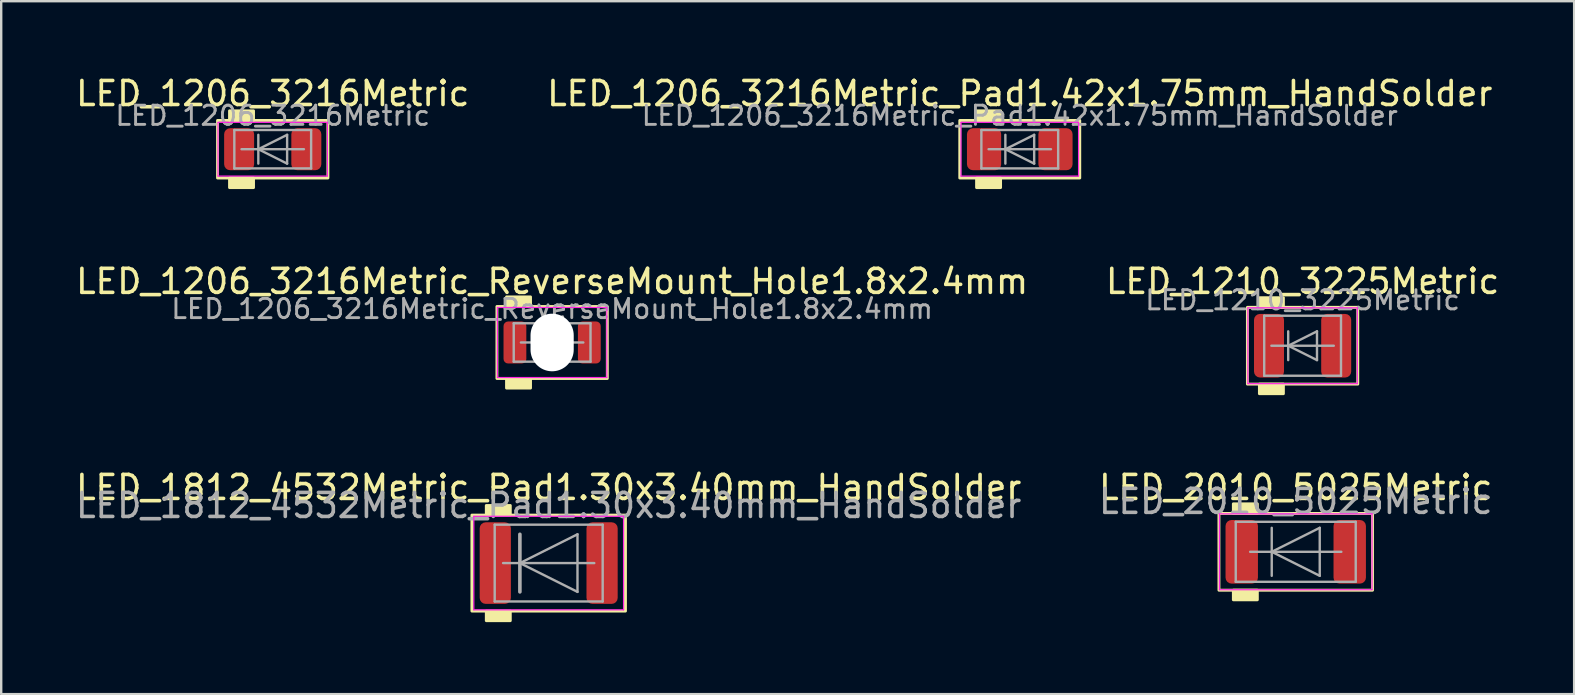
<source format=kicad_pcb>
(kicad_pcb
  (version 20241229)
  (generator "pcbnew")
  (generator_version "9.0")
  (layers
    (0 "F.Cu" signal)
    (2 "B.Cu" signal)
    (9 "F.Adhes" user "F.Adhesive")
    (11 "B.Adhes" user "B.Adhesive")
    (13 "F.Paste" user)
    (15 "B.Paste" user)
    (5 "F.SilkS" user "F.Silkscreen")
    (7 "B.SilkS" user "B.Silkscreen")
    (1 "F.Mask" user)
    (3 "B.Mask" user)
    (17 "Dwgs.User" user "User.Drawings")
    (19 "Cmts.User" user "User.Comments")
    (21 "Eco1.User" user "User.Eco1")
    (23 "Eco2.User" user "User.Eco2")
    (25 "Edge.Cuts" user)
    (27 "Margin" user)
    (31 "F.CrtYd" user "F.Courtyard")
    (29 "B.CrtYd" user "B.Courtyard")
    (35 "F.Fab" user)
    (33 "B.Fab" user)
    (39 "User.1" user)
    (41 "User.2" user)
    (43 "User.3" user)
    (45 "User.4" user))
  (footprint "LED_1206_3216Metric"
    (layer "F.Cu")
    (at 8.315 3.168)
    (property "Reference" "LED_1206_3216Metric" (at 0 -2.32 0) (layer "F.SilkS") (effects (font (size 1 1) (thickness 0.15))))
    (attr smd)
    (fp_rect (start -2.3 -1.2) (end 2.3 1.2) (stroke (width 0.12) (type solid)) (fill no) (layer "F.SilkS"))
    (fp_rect (start -1.8 -1.6) (end -0.8 -1.2) (stroke (width 0.12) (type solid)) (fill yes) (layer "F.SilkS"))
    (fp_rect (start -1.8 1.2) (end -0.8 1.6) (stroke (width 0.12) (type solid)) (fill yes) (layer "F.SilkS"))
    (fp_line (start -2.28 -1.12) (end 2.28 -1.12) (stroke (width 0.05) (type solid)) (layer "F.CrtYd"))
    (fp_line (start -2.28 1.12) (end -2.28 -1.12) (stroke (width 0.05) (type solid)) (layer "F.CrtYd"))
    (fp_line (start 2.28 -1.12) (end 2.28 1.12) (stroke (width 0.05) (type solid)) (layer "F.CrtYd"))
    (fp_line (start 2.28 1.12) (end -2.28 1.12) (stroke (width 0.05) (type solid)) (layer "F.CrtYd"))
    (fp_line (start -1.6 -0.8) (end -1.6 0.8) (stroke (width 0.1) (type solid)) (layer "F.Fab"))
    (fp_line (start -1.6 0.8) (end 1.6 0.8) (stroke (width 0.1) (type solid)) (layer "F.Fab"))
    (fp_line (start -1.3 0) (end 1.3 0) (stroke (width 0.1) (type default)) (layer "F.Fab"))
    (fp_line (start -0.6 -0.6) (end -0.6 0.6) (stroke (width 0.1) (type default)) (layer "F.Fab"))
    (fp_line (start -0.6 0) (end 0.6 -0.6) (stroke (width 0.1) (type default)) (layer "F.Fab"))
    (fp_line (start 0.6 -0.6) (end 0.6 0.6) (stroke (width 0.1) (type default)) (layer "F.Fab"))
    (fp_line (start 0.6 0.6) (end -0.6 0) (stroke (width 0.1) (type default)) (layer "F.Fab"))
    (fp_line (start 1.6 -0.8) (end -1.6 -0.8) (stroke (width 0.1) (type solid)) (layer "F.Fab"))
    (fp_line (start 1.6 0.8) (end 1.6 -0.8) (stroke (width 0.1) (type solid)) (layer "F.Fab"))
    (fp_text user "${REFERENCE}" (at 0 -1.4 0) (layer "F.Fab") (effects (font (size 0.8 0.8) (thickness 0.12))))
    (pad "1" smd roundrect (at -1.4 0) (size 1.25 1.75) (layers "F.Cu" "F.Mask" "F.Paste") (roundrect_rratio 0.2))
    (pad "2" smd roundrect (at 1.4 0) (size 1.25 1.75) (layers "F.Cu" "F.Mask" "F.Paste") (roundrect_rratio 0.2)))
  (footprint "LED_1206_3216Metric_Pad1.42x1.75mm_HandSolder"
    (layer "F.Cu")
    (at 39.446 3.168)
    (property "Reference" "LED_1206_3216Metric_Pad1.42x1.75mm_HandSolder" (at 0 -2.32 0) (layer "F.SilkS") (effects (font (size 1 1) (thickness 0.15))))
    (attr smd)
    (fp_rect (start -2.5 -1.2) (end 2.5 1.2) (stroke (width 0.12) (type solid)) (fill no) (layer "F.SilkS"))
    (fp_rect (start -1.8 -1.6) (end -0.8 -1.2) (stroke (width 0.12) (type solid)) (fill yes) (layer "F.SilkS"))
    (fp_rect (start -1.8 1.2) (end -0.8 1.6) (stroke (width 0.12) (type solid)) (fill yes) (layer "F.SilkS"))
    (fp_line (start -2.45 -1.12) (end 2.45 -1.12) (stroke (width 0.05) (type solid)) (layer "F.CrtYd"))
    (fp_line (start -2.45 1.12) (end -2.45 -1.12) (stroke (width 0.05) (type solid)) (layer "F.CrtYd"))
    (fp_line (start 2.45 -1.12) (end 2.45 1.12) (stroke (width 0.05) (type solid)) (layer "F.CrtYd"))
    (fp_line (start 2.45 1.12) (end -2.45 1.12) (stroke (width 0.05) (type solid)) (layer "F.CrtYd"))
    (fp_line (start -1.6 -0.8) (end -1.6 0.8) (stroke (width 0.1) (type solid)) (layer "F.Fab"))
    (fp_line (start -1.6 0.8) (end 1.6 0.8) (stroke (width 0.1) (type solid)) (layer "F.Fab"))
    (fp_line (start -1.3 0) (end 1.3 0) (stroke (width 0.1) (type default)) (layer "F.Fab"))
    (fp_line (start -0.6 -0.6) (end -0.6 0.6) (stroke (width 0.1) (type default)) (layer "F.Fab"))
    (fp_line (start -0.6 0) (end 0.6 -0.6) (stroke (width 0.1) (type default)) (layer "F.Fab"))
    (fp_line (start 0.6 -0.6) (end 0.6 0.6) (stroke (width 0.1) (type default)) (layer "F.Fab"))
    (fp_line (start 0.6 0.6) (end -0.6 0) (stroke (width 0.1) (type default)) (layer "F.Fab"))
    (fp_line (start 1.6 -0.8) (end -1.6 -0.8) (stroke (width 0.1) (type solid)) (layer "F.Fab"))
    (fp_line (start 1.6 0.8) (end 1.6 -0.8) (stroke (width 0.1) (type solid)) (layer "F.Fab"))
    (fp_text user "${REFERENCE}" (at 0 -1.4 0) (layer "F.Fab") (effects (font (size 0.8 0.8) (thickness 0.12))))
    (pad "1" smd roundrect (at -1.488 0) (size 1.425 1.75) (layers "F.Cu" "F.Mask" "F.Paste") (roundrect_rratio 0.175))
    (pad "2" smd roundrect (at 1.488 0) (size 1.425 1.75) (layers "F.Cu" "F.Mask" "F.Paste") (roundrect_rratio 0.175)))
  (footprint "LED_1206_3216Metric_ReverseMount_Hole1.8x2.4mm"
    (layer "F.Cu")
    (at 19.958 11.222)
    (property "Reference" "LED_1206_3216Metric_ReverseMount_Hole1.8x2.4mm" (at 0 -2.545 0) (layer "F.SilkS") (effects (font (size 1 1) (thickness 0.15))))
    (attr smd)
    (fp_rect (start -2.3 -1.5) (end 2.3 1.5) (stroke (width 0.12) (type solid)) (fill no) (layer "F.SilkS"))
    (fp_rect (start -1.9 -1.9) (end -0.9 -1.5) (stroke (width 0.12) (type solid)) (fill yes) (layer "F.SilkS"))
    (fp_rect (start -1.9 1.5) (end -0.9 1.9) (stroke (width 0.12) (type solid)) (fill yes) (layer "F.SilkS"))
    (fp_line (start -2.28 -1.46) (end 2.28 -1.46) (stroke (width 0.05) (type solid)) (layer "F.CrtYd"))
    (fp_line (start -2.28 1.46) (end -2.28 -1.46) (stroke (width 0.05) (type solid)) (layer "F.CrtYd"))
    (fp_line (start 2.28 -1.46) (end 2.28 1.46) (stroke (width 0.05) (type solid)) (layer "F.CrtYd"))
    (fp_line (start 2.28 1.46) (end -2.28 1.46) (stroke (width 0.05) (type solid)) (layer "F.CrtYd"))
    (fp_line (start -1.6 -0.8) (end -1.6 0.8) (stroke (width 0.1) (type solid)) (layer "F.Fab"))
    (fp_line (start -1.6 0.8) (end 1.6 0.8) (stroke (width 0.1) (type solid)) (layer "F.Fab"))
    (fp_line (start -1.3 0) (end 1.3 0) (stroke (width 0.1) (type default)) (layer "F.Fab"))
    (fp_line (start -0.6 -0.6) (end -0.6 0.6) (stroke (width 0.1) (type default)) (layer "F.Fab"))
    (fp_line (start -0.6 0) (end 0.6 -0.6) (stroke (width 0.1) (type default)) (layer "F.Fab"))
    (fp_line (start 0.6 -0.6) (end 0.6 0.6) (stroke (width 0.1) (type default)) (layer "F.Fab"))
    (fp_line (start 0.6 0.6) (end -0.6 0) (stroke (width 0.1) (type default)) (layer "F.Fab"))
    (fp_line (start 1.6 -0.8) (end -1.6 -0.8) (stroke (width 0.1) (type solid)) (layer "F.Fab"))
    (fp_line (start 1.6 0.8) (end 1.6 -0.8) (stroke (width 0.1) (type solid)) (layer "F.Fab"))
    (fp_text user "${REFERENCE}" (at 0 -1.4 0) (layer "F.Fab") (effects (font (size 0.8 0.8) (thickness 0.12))))
    (pad "" np_thru_hole oval (at 0 0) (size 1.8 2.4) (drill oval 1.8 2.4) (layers "*.Cu" "*.Mask"))
    (pad "1" smd roundrect (at -1.55 0) (size 0.95 1.75) (layers "F.Cu" "F.Mask" "F.Paste") (roundrect_rratio 0.2))
    (pad "2" smd roundrect (at 1.55 0) (size 0.95 1.75) (layers "F.Cu" "F.Mask" "F.Paste") (roundrect_rratio 0.2)))
  (footprint "LED_1210_3225Metric"
    (layer "F.Cu")
    (at 51.232 11.357)
    (property "Reference" "LED_1210_3225Metric" (at 0 -2.68 0) (layer "F.SilkS") (effects (font (size 1 1) (thickness 0.15))))
    (attr smd)
    (fp_rect (start -2.3 -1.6) (end 2.3 1.6) (stroke (width 0.12) (type solid)) (fill no) (layer "F.SilkS"))
    (fp_rect (start -1.8 -2) (end -0.8 -1.6) (stroke (width 0.12) (type solid)) (fill yes) (layer "F.SilkS"))
    (fp_rect (start -1.8 1.6) (end -0.8 2) (stroke (width 0.12) (type solid)) (fill yes) (layer "F.SilkS"))
    (fp_line (start -2.28 -1.58) (end 2.28 -1.58) (stroke (width 0.05) (type solid)) (layer "F.CrtYd"))
    (fp_line (start -2.28 1.58) (end -2.28 -1.58) (stroke (width 0.05) (type solid)) (layer "F.CrtYd"))
    (fp_line (start 2.28 -1.58) (end 2.28 1.58) (stroke (width 0.05) (type solid)) (layer "F.CrtYd"))
    (fp_line (start 2.28 1.58) (end -2.28 1.58) (stroke (width 0.05) (type solid)) (layer "F.CrtYd"))
    (fp_line (start -1.6 -1.25) (end -1.6 1.25) (stroke (width 0.1) (type solid)) (layer "F.Fab"))
    (fp_line (start -1.6 1.25) (end 1.6 1.25) (stroke (width 0.1) (type solid)) (layer "F.Fab"))
    (fp_line (start -1.3 0) (end 1.3 0) (stroke (width 0.1) (type default)) (layer "F.Fab"))
    (fp_line (start -0.6 -0.6) (end -0.6 0.6) (stroke (width 0.1) (type default)) (layer "F.Fab"))
    (fp_line (start -0.6 0) (end 0.6 -0.6) (stroke (width 0.1) (type default)) (layer "F.Fab"))
    (fp_line (start 0.6 -0.6) (end 0.6 0.6) (stroke (width 0.1) (type default)) (layer "F.Fab"))
    (fp_line (start 0.6 0.6) (end -0.6 0) (stroke (width 0.1) (type default)) (layer "F.Fab"))
    (fp_line (start 1.6 -1.25) (end -1.6 -1.25) (stroke (width 0.1) (type solid)) (layer "F.Fab"))
    (fp_line (start 1.6 1.25) (end 1.6 -1.25) (stroke (width 0.1) (type solid)) (layer "F.Fab"))
    (fp_text user "${REFERENCE}" (at 0 -1.9 0) (layer "F.Fab") (effects (font (size 0.8 0.8) (thickness 0.12))))
    (pad "1" smd roundrect (at -1.4 0) (size 1.25 2.65) (layers "F.Cu" "F.Mask" "F.Paste") (roundrect_rratio 0.2))
    (pad "2" smd roundrect (at 1.4 0) (size 1.25 2.65) (layers "F.Cu" "F.Mask" "F.Paste") (roundrect_rratio 0.2)))
  (footprint "LED_1812_4532Metric_Pad1.30x3.40mm_HandSolder"
    (layer "F.Cu")
    (at 19.815 20.415)
    (property "Reference" "LED_1812_4532Metric_Pad1.30x3.40mm_HandSolder" (at 0 -3.15 0) (layer "F.SilkS") (effects (font (size 1 1) (thickness 0.15))))
    (attr smd)
    (fp_rect (start -3.2 -2) (end 3.2 2) (stroke (width 0.12) (type solid)) (fill no) (layer "F.SilkS"))
    (fp_rect (start -2.6 -2.4) (end -1.6 -2) (stroke (width 0.12) (type solid)) (fill yes) (layer "F.SilkS"))
    (fp_rect (start -2.6 2) (end -1.6 2.4) (stroke (width 0.12) (type solid)) (fill yes) (layer "F.SilkS"))
    (fp_line (start -3.12 -1.95) (end 3.12 -1.95) (stroke (width 0.05) (type solid)) (layer "F.CrtYd"))
    (fp_line (start -3.12 1.95) (end -3.12 -1.95) (stroke (width 0.05) (type solid)) (layer "F.CrtYd"))
    (fp_line (start 3.12 -1.95) (end 3.12 1.95) (stroke (width 0.05) (type solid)) (layer "F.CrtYd"))
    (fp_line (start 3.12 1.95) (end -3.12 1.95) (stroke (width 0.05) (type solid)) (layer "F.CrtYd"))
    (fp_line (start -2.25 -1.6) (end -2.25 1.6) (stroke (width 0.1) (type solid)) (layer "F.Fab"))
    (fp_line (start -2.25 1.6) (end 2.25 1.6) (stroke (width 0.1) (type solid)) (layer "F.Fab"))
    (fp_line (start -1.9 0) (end 1.9 0) (stroke (width 0.1) (type default)) (layer "F.Fab"))
    (fp_line (start -1.2 -1.2) (end -1.2 1.2) (stroke (width 0.15) (type default)) (layer "F.Fab"))
    (fp_line (start -1.2 0) (end 1.2 -1.2) (stroke (width 0.1) (type default)) (layer "F.Fab"))
    (fp_line (start 1.2 -1.2) (end 1.2 1.2) (stroke (width 0.1) (type default)) (layer "F.Fab"))
    (fp_line (start 1.2 1.2) (end -1.2 0) (stroke (width 0.1) (type default)) (layer "F.Fab"))
    (fp_line (start 2.25 -1.6) (end -2.25 -1.6) (stroke (width 0.1) (type solid)) (layer "F.Fab"))
    (fp_line (start 2.25 1.6) (end 2.25 -1.6) (stroke (width 0.1) (type solid)) (layer "F.Fab"))
    (fp_text user "${REFERENCE}" (at 0 -2.4 0) (layer "F.Fab") (effects (font (size 1 1) (thickness 0.15))))
    (pad "1" smd roundrect (at -2.225 0) (size 1.3 3.4) (layers "F.Cu" "F.Mask" "F.Paste") (roundrect_rratio 0.192))
    (pad "2" smd roundrect (at 2.225 0) (size 1.3 3.4) (layers "F.Cu" "F.Mask" "F.Paste") (roundrect_rratio 0.192)))
  (footprint "LED_2010_5025Metric"
    (layer "F.Cu")
    (at 50.946 19.945)
    (property "Reference" "LED_2010_5025Metric" (at 0 -2.68 0) (layer "F.SilkS") (effects (font (size 1 1) (thickness 0.15))))
    (attr smd)
    (fp_rect (start -3.2 -1.6) (end 3.2 1.6) (stroke (width 0.12) (type solid)) (fill no) (layer "F.SilkS"))
    (fp_rect (start -2.6 -2) (end -1.6 -1.6) (stroke (width 0.12) (type solid)) (fill yes) (layer "F.SilkS"))
    (fp_rect (start -2.6 1.6) (end -1.6 2) (stroke (width 0.12) (type solid)) (fill yes) (layer "F.SilkS"))
    (fp_line (start -3.18 -1.58) (end 3.18 -1.58) (stroke (width 0.05) (type solid)) (layer "F.CrtYd"))
    (fp_line (start -3.18 1.58) (end -3.18 -1.58) (stroke (width 0.05) (type solid)) (layer "F.CrtYd"))
    (fp_line (start 3.18 -1.58) (end 3.18 1.58) (stroke (width 0.05) (type solid)) (layer "F.CrtYd"))
    (fp_line (start 3.18 1.58) (end -3.18 1.58) (stroke (width 0.05) (type solid)) (layer "F.CrtYd"))
    (fp_line (start -2.5 -1.25) (end -2.5 1.25) (stroke (width 0.1) (type solid)) (layer "F.Fab"))
    (fp_line (start -2.5 1.25) (end 2.5 1.25) (stroke (width 0.1) (type solid)) (layer "F.Fab"))
    (fp_line (start -1.9 0) (end 1.9 0) (stroke (width 0.1) (type default)) (layer "F.Fab"))
    (fp_line (start -1 -1) (end -1 1) (stroke (width 0.1) (type default)) (layer "F.Fab"))
    (fp_line (start -1 0) (end 1 -1) (stroke (width 0.1) (type default)) (layer "F.Fab"))
    (fp_line (start 1 -1) (end 1 1) (stroke (width 0.1) (type default)) (layer "F.Fab"))
    (fp_line (start 1 1) (end -1 0) (stroke (width 0.1) (type default)) (layer "F.Fab"))
    (fp_line (start 2.5 -1.25) (end -2.5 -1.25) (stroke (width 0.1) (type solid)) (layer "F.Fab"))
    (fp_line (start 2.5 1.25) (end 2.5 -1.25) (stroke (width 0.1) (type solid)) (layer "F.Fab"))
    (fp_text user "${REFERENCE}" (at 0 -2.1 0) (layer "F.Fab") (effects (font (size 1 1) (thickness 0.15))))
    (pad "1" smd roundrect (at -2.25 0) (size 1.35 2.65) (layers "F.Cu" "F.Mask" "F.Paste") (roundrect_rratio 0.185))
    (pad "2" smd roundrect (at 2.25 0) (size 1.35 2.65) (layers "F.Cu" "F.Mask" "F.Paste") (roundrect_rratio 0.185)))
  (gr_rect
    (start -3 -3)
    (end 62.548 25.875)
    (stroke (width 0.1) (type default))
    (fill no)
    (layer "Edge.Cuts")))
</source>
